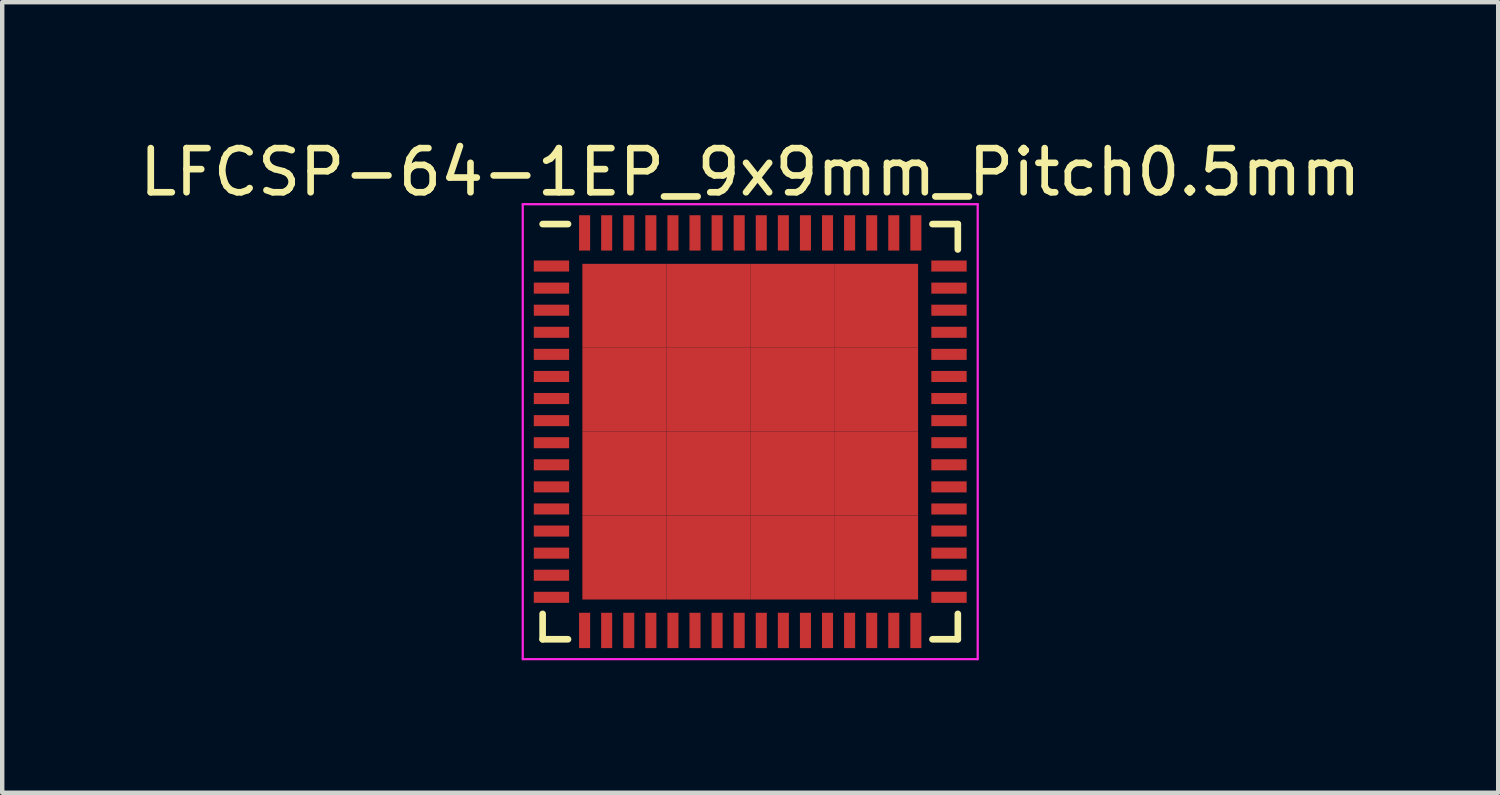
<source format=kicad_pcb>
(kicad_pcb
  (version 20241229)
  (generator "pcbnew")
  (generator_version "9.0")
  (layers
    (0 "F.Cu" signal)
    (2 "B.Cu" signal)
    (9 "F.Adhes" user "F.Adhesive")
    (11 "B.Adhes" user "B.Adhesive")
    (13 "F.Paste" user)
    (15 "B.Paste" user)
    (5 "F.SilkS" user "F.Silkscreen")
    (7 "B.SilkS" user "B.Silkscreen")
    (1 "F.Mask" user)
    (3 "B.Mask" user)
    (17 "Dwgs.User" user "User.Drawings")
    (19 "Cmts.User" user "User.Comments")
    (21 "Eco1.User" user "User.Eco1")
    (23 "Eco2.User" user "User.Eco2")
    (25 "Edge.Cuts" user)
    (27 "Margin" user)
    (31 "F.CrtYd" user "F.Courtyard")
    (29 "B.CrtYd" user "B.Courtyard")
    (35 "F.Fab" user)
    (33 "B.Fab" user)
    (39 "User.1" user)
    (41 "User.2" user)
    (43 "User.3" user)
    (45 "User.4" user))
  (footprint "LFCSP-64-1EP_9x9mm_Pitch0.5mm"
    (layer "F.Cu")
    (at 13.935 6.723)
    (property "Reference" "LFCSP-64-1EP_9x9mm_Pitch0.5mm" (at 0 -5.875 0) (layer "F.SilkS") (effects (font (size 1 1) (thickness 0.15))))
    (attr smd)
    (fp_line (start -4.7 -4.7) (end -4.125 -4.7) (stroke (width 0.15) (type solid)) (layer "F.SilkS"))
    (fp_line (start -4.7 4.7) (end -4.7 4.125) (stroke (width 0.15) (type solid)) (layer "F.SilkS"))
    (fp_line (start -4.7 4.7) (end -4.125 4.7) (stroke (width 0.15) (type solid)) (layer "F.SilkS"))
    (fp_line (start 4.7 -4.7) (end 4.125 -4.7) (stroke (width 0.15) (type solid)) (layer "F.SilkS"))
    (fp_line (start 4.7 -4.7) (end 4.7 -4.125) (stroke (width 0.15) (type solid)) (layer "F.SilkS"))
    (fp_line (start 4.7 4.7) (end 4.125 4.7) (stroke (width 0.15) (type solid)) (layer "F.SilkS"))
    (fp_line (start 4.7 4.7) (end 4.7 4.125) (stroke (width 0.15) (type solid)) (layer "F.SilkS"))
    (fp_line (start -5.15 -5.15) (end -5.15 5.15) (stroke (width 0.05) (type solid)) (layer "F.CrtYd"))
    (fp_line (start -5.15 -5.15) (end 5.15 -5.15) (stroke (width 0.05) (type solid)) (layer "F.CrtYd"))
    (fp_line (start -5.15 5.15) (end 5.15 5.15) (stroke (width 0.05) (type solid)) (layer "F.CrtYd"))
    (fp_line (start 5.15 -5.15) (end 5.15 5.15) (stroke (width 0.05) (type solid)) (layer "F.CrtYd"))
    (pad "1" smd rect (at -4.5 -3.75) (size 0.8 0.25) (layers "F.Cu" "F.Mask" "F.Paste"))
    (pad "2" smd rect (at -4.5 -3.25) (size 0.8 0.25) (layers "F.Cu" "F.Mask" "F.Paste"))
    (pad "3" smd rect (at -4.5 -2.75) (size 0.8 0.25) (layers "F.Cu" "F.Mask" "F.Paste"))
    (pad "4" smd rect (at -4.5 -2.25) (size 0.8 0.25) (layers "F.Cu" "F.Mask" "F.Paste"))
    (pad "5" smd rect (at -4.5 -1.75) (size 0.8 0.25) (layers "F.Cu" "F.Mask" "F.Paste"))
    (pad "6" smd rect (at -4.5 -1.25) (size 0.8 0.25) (layers "F.Cu" "F.Mask" "F.Paste"))
    (pad "7" smd rect (at -4.5 -0.75) (size 0.8 0.25) (layers "F.Cu" "F.Mask" "F.Paste"))
    (pad "8" smd rect (at -4.5 -0.25) (size 0.8 0.25) (layers "F.Cu" "F.Mask" "F.Paste"))
    (pad "9" smd rect (at -4.5 0.25) (size 0.8 0.25) (layers "F.Cu" "F.Mask" "F.Paste"))
    (pad "10" smd rect (at -4.5 0.75) (size 0.8 0.25) (layers "F.Cu" "F.Mask" "F.Paste"))
    (pad "11" smd rect (at -4.5 1.25) (size 0.8 0.25) (layers "F.Cu" "F.Mask" "F.Paste"))
    (pad "12" smd rect (at -4.5 1.75) (size 0.8 0.25) (layers "F.Cu" "F.Mask" "F.Paste"))
    (pad "13" smd rect (at -4.5 2.25) (size 0.8 0.25) (layers "F.Cu" "F.Mask" "F.Paste"))
    (pad "14" smd rect (at -4.5 2.75) (size 0.8 0.25) (layers "F.Cu" "F.Mask" "F.Paste"))
    (pad "15" smd rect (at -4.5 3.25) (size 0.8 0.25) (layers "F.Cu" "F.Mask" "F.Paste"))
    (pad "16" smd rect (at -4.5 3.75) (size 0.8 0.25) (layers "F.Cu" "F.Mask" "F.Paste"))
    (pad "17" smd rect (at -3.75 4.5 90) (size 0.8 0.25) (layers "F.Cu" "F.Mask" "F.Paste"))
    (pad "18" smd rect (at -3.25 4.5 90) (size 0.8 0.25) (layers "F.Cu" "F.Mask" "F.Paste"))
    (pad "19" smd rect (at -2.75 4.5 90) (size 0.8 0.25) (layers "F.Cu" "F.Mask" "F.Paste"))
    (pad "20" smd rect (at -2.25 4.5 90) (size 0.8 0.25) (layers "F.Cu" "F.Mask" "F.Paste"))
    (pad "21" smd rect (at -1.75 4.5 90) (size 0.8 0.25) (layers "F.Cu" "F.Mask" "F.Paste"))
    (pad "22" smd rect (at -1.25 4.5 90) (size 0.8 0.25) (layers "F.Cu" "F.Mask" "F.Paste"))
    (pad "23" smd rect (at -0.75 4.5 90) (size 0.8 0.25) (layers "F.Cu" "F.Mask" "F.Paste"))
    (pad "24" smd rect (at -0.25 4.5 90) (size 0.8 0.25) (layers "F.Cu" "F.Mask" "F.Paste"))
    (pad "25" smd rect (at 0.25 4.5 90) (size 0.8 0.25) (layers "F.Cu" "F.Mask" "F.Paste"))
    (pad "26" smd rect (at 0.75 4.5 90) (size 0.8 0.25) (layers "F.Cu" "F.Mask" "F.Paste"))
    (pad "27" smd rect (at 1.25 4.5 90) (size 0.8 0.25) (layers "F.Cu" "F.Mask" "F.Paste"))
    (pad "28" smd rect (at 1.75 4.5 90) (size 0.8 0.25) (layers "F.Cu" "F.Mask" "F.Paste"))
    (pad "29" smd rect (at 2.25 4.5 90) (size 0.8 0.25) (layers "F.Cu" "F.Mask" "F.Paste"))
    (pad "30" smd rect (at 2.75 4.5 90) (size 0.8 0.25) (layers "F.Cu" "F.Mask" "F.Paste"))
    (pad "31" smd rect (at 3.25 4.5 90) (size 0.8 0.25) (layers "F.Cu" "F.Mask" "F.Paste"))
    (pad "32" smd rect (at 3.75 4.5 90) (size 0.8 0.25) (layers "F.Cu" "F.Mask" "F.Paste"))
    (pad "33" smd rect (at 4.5 3.75) (size 0.8 0.25) (layers "F.Cu" "F.Mask" "F.Paste"))
    (pad "34" smd rect (at 4.5 3.25) (size 0.8 0.25) (layers "F.Cu" "F.Mask" "F.Paste"))
    (pad "35" smd rect (at 4.5 2.75) (size 0.8 0.25) (layers "F.Cu" "F.Mask" "F.Paste"))
    (pad "36" smd rect (at 4.5 2.25) (size 0.8 0.25) (layers "F.Cu" "F.Mask" "F.Paste"))
    (pad "37" smd rect (at 4.5 1.75) (size 0.8 0.25) (layers "F.Cu" "F.Mask" "F.Paste"))
    (pad "38" smd rect (at 4.5 1.25) (size 0.8 0.25) (layers "F.Cu" "F.Mask" "F.Paste"))
    (pad "39" smd rect (at 4.5 0.75) (size 0.8 0.25) (layers "F.Cu" "F.Mask" "F.Paste"))
    (pad "40" smd rect (at 4.5 0.25) (size 0.8 0.25) (layers "F.Cu" "F.Mask" "F.Paste"))
    (pad "41" smd rect (at 4.5 -0.25) (size 0.8 0.25) (layers "F.Cu" "F.Mask" "F.Paste"))
    (pad "42" smd rect (at 4.5 -0.75) (size 0.8 0.25) (layers "F.Cu" "F.Mask" "F.Paste"))
    (pad "43" smd rect (at 4.5 -1.25) (size 0.8 0.25) (layers "F.Cu" "F.Mask" "F.Paste"))
    (pad "44" smd rect (at 4.5 -1.75) (size 0.8 0.25) (layers "F.Cu" "F.Mask" "F.Paste"))
    (pad "45" smd rect (at 4.5 -2.25) (size 0.8 0.25) (layers "F.Cu" "F.Mask" "F.Paste"))
    (pad "46" smd rect (at 4.5 -2.75) (size 0.8 0.25) (layers "F.Cu" "F.Mask" "F.Paste"))
    (pad "47" smd rect (at 4.5 -3.25) (size 0.8 0.25) (layers "F.Cu" "F.Mask" "F.Paste"))
    (pad "48" smd rect (at 4.5 -3.75) (size 0.8 0.25) (layers "F.Cu" "F.Mask" "F.Paste"))
    (pad "49" smd rect (at 3.75 -4.5 90) (size 0.8 0.25) (layers "F.Cu" "F.Mask" "F.Paste"))
    (pad "50" smd rect (at 3.25 -4.5 90) (size 0.8 0.25) (layers "F.Cu" "F.Mask" "F.Paste"))
    (pad "51" smd rect (at 2.75 -4.5 90) (size 0.8 0.25) (layers "F.Cu" "F.Mask" "F.Paste"))
    (pad "52" smd rect (at 2.25 -4.5 90) (size 0.8 0.25) (layers "F.Cu" "F.Mask" "F.Paste"))
    (pad "53" smd rect (at 1.75 -4.5 90) (size 0.8 0.25) (layers "F.Cu" "F.Mask" "F.Paste"))
    (pad "54" smd rect (at 1.25 -4.5 90) (size 0.8 0.25) (layers "F.Cu" "F.Mask" "F.Paste"))
    (pad "55" smd rect (at 0.75 -4.5 90) (size 0.8 0.25) (layers "F.Cu" "F.Mask" "F.Paste"))
    (pad "56" smd rect (at 0.25 -4.5 90) (size 0.8 0.25) (layers "F.Cu" "F.Mask" "F.Paste"))
    (pad "57" smd rect (at -0.25 -4.5 90) (size 0.8 0.25) (layers "F.Cu" "F.Mask" "F.Paste"))
    (pad "58" smd rect (at -0.75 -4.5 90) (size 0.8 0.25) (layers "F.Cu" "F.Mask" "F.Paste"))
    (pad "59" smd rect (at -1.25 -4.5 90) (size 0.8 0.25) (layers "F.Cu" "F.Mask" "F.Paste"))
    (pad "60" smd rect (at -1.75 -4.5 90) (size 0.8 0.25) (layers "F.Cu" "F.Mask" "F.Paste"))
    (pad "61" smd rect (at -2.25 -4.5 90) (size 0.8 0.25) (layers "F.Cu" "F.Mask" "F.Paste"))
    (pad "62" smd rect (at -2.75 -4.5 90) (size 0.8 0.25) (layers "F.Cu" "F.Mask" "F.Paste"))
    (pad "63" smd rect (at -3.25 -4.5 90) (size 0.8 0.25) (layers "F.Cu" "F.Mask" "F.Paste"))
    (pad "64" smd rect (at -3.75 -4.5 90) (size 0.8 0.25) (layers "F.Cu" "F.Mask" "F.Paste"))
    (pad "65" smd rect (at -2.85 -2.85) (size 1.9 1.9) (layers "F.Cu" "F.Mask" "F.Paste"))
    (pad "65" smd rect (at -2.85 -0.95) (size 1.9 1.9) (layers "F.Cu" "F.Mask" "F.Paste"))
    (pad "65" smd rect (at -2.85 0.95) (size 1.9 1.9) (layers "F.Cu" "F.Mask" "F.Paste"))
    (pad "65" smd rect (at -2.85 2.85) (size 1.9 1.9) (layers "F.Cu" "F.Mask" "F.Paste"))
    (pad "65" smd rect (at -0.95 -2.85) (size 1.9 1.9) (layers "F.Cu" "F.Mask" "F.Paste"))
    (pad "65" smd rect (at -0.95 -0.95) (size 1.9 1.9) (layers "F.Cu" "F.Mask" "F.Paste"))
    (pad "65" smd rect (at -0.95 0.95) (size 1.9 1.9) (layers "F.Cu" "F.Mask" "F.Paste"))
    (pad "65" smd rect (at -0.95 2.85) (size 1.9 1.9) (layers "F.Cu" "F.Mask" "F.Paste"))
    (pad "65" smd rect (at 0.95 -2.85) (size 1.9 1.9) (layers "F.Cu" "F.Mask" "F.Paste"))
    (pad "65" smd rect (at 0.95 -0.95) (size 1.9 1.9) (layers "F.Cu" "F.Mask" "F.Paste"))
    (pad "65" smd rect (at 0.95 0.95) (size 1.9 1.9) (layers "F.Cu" "F.Mask" "F.Paste"))
    (pad "65" smd rect (at 0.95 2.85) (size 1.9 1.9) (layers "F.Cu" "F.Mask" "F.Paste"))
    (pad "65" smd rect (at 2.85 -2.85) (size 1.9 1.9) (layers "F.Cu" "F.Mask" "F.Paste"))
    (pad "65" smd rect (at 2.85 -0.95) (size 1.9 1.9) (layers "F.Cu" "F.Mask" "F.Paste"))
    (pad "65" smd rect (at 2.85 0.95) (size 1.9 1.9) (layers "F.Cu" "F.Mask" "F.Paste"))
    (pad "65" smd rect (at 2.85 2.85) (size 1.9 1.9) (layers "F.Cu" "F.Mask" "F.Paste")))
  (gr_rect
    (start -3 -3)
    (end 30.869 14.898)
    (stroke (width 0.1) (type default))
    (fill no)
    (layer "Edge.Cuts")))
</source>
